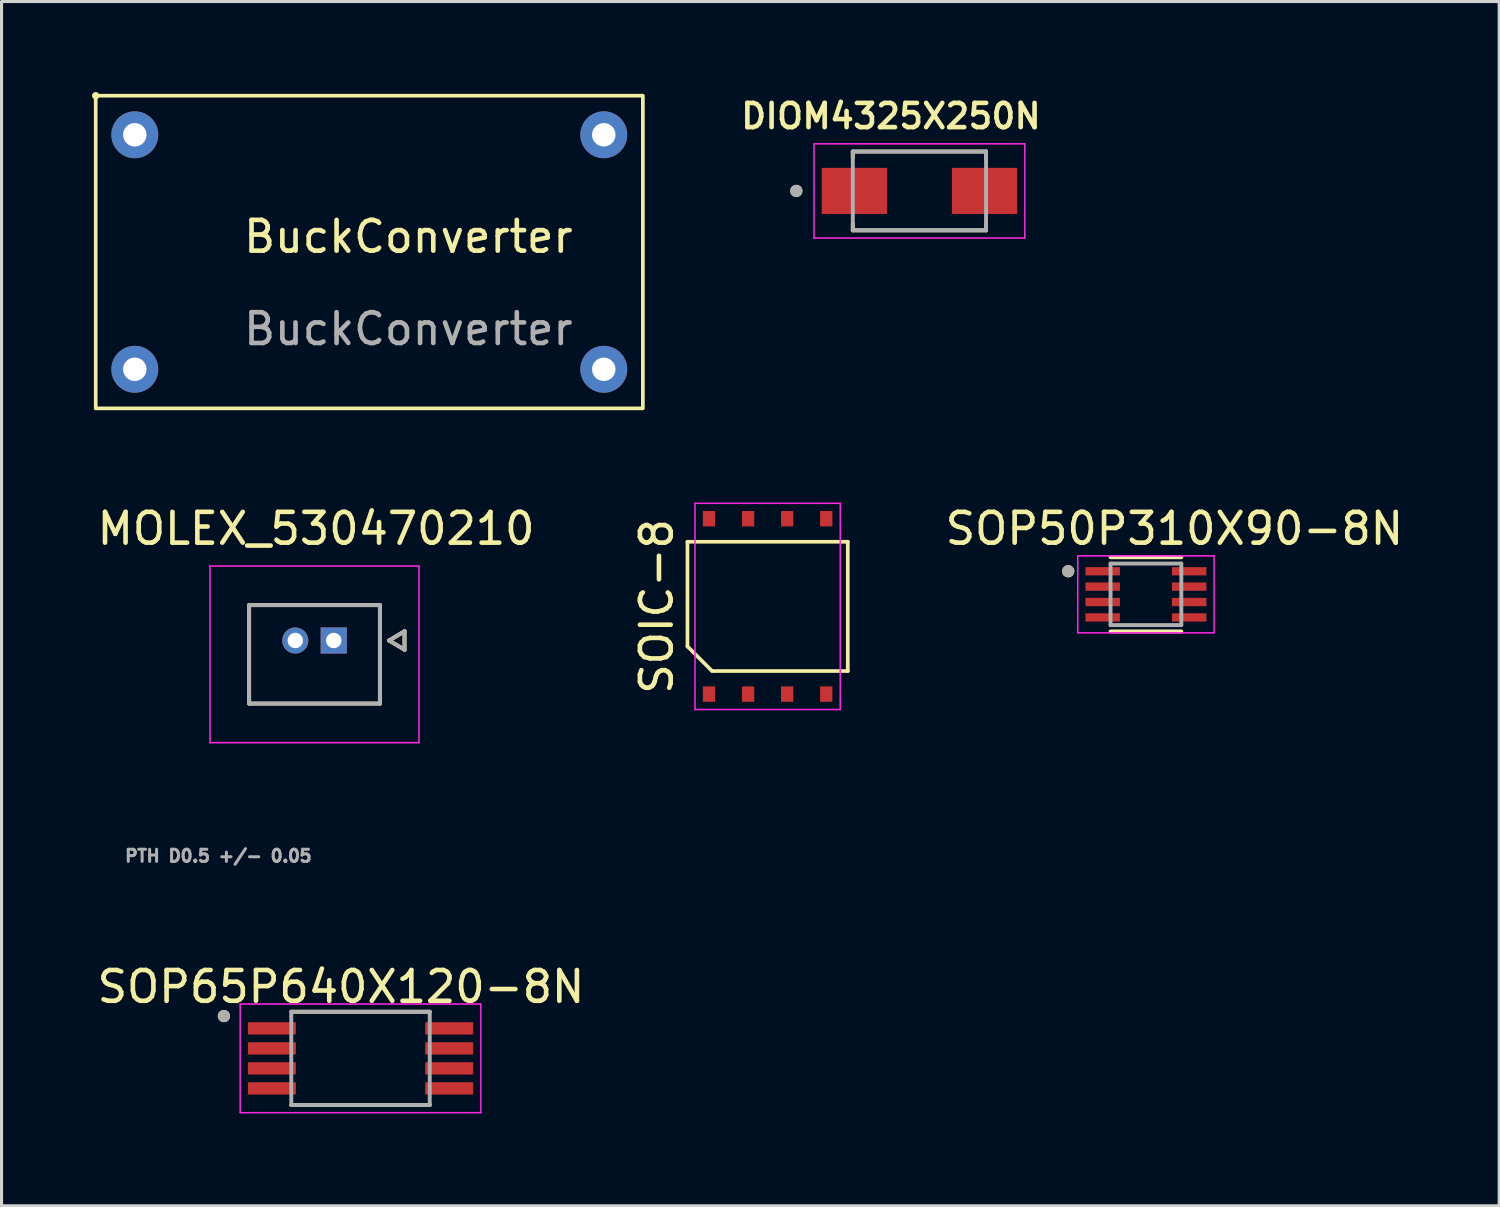
<source format=kicad_pcb>
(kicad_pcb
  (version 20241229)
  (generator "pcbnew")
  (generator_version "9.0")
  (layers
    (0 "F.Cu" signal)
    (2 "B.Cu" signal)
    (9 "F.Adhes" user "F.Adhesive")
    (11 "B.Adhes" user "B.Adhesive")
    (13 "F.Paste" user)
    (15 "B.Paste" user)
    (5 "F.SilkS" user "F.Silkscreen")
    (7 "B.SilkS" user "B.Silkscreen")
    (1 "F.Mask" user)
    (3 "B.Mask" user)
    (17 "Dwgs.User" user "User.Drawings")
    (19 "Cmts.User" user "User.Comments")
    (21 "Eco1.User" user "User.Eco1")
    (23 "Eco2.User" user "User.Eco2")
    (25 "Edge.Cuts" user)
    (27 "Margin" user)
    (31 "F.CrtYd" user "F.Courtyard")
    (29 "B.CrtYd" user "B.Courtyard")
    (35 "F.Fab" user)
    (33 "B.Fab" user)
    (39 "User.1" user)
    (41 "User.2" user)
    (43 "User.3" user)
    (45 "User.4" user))
  (footprint "SOP65P640X120-8N"
    (layer "F.Cu")
    (at 8.665 31.342)
    (property "Reference" "SOP65P640X120-8N" (at -0.635 -2.327 0) (layer "F.SilkS") (effects (font (size 1 1) (thickness 0.15))))
    (attr smd)
    (fp_line (start -2.25 -1.515) (end 2.25 -1.515) (stroke (width 0.127) (type solid)) (layer "F.SilkS"))
    (fp_line (start -2.25 1.515) (end 2.25 1.515) (stroke (width 0.127) (type solid)) (layer "F.SilkS"))
    (fp_circle (center -4.44 -1.375) (end -4.34 -1.375) (stroke (width 0.2) (type solid)) (fill no) (layer "F.SilkS"))
    (fp_line (start -3.91 -1.765) (end -3.91 1.765) (stroke (width 0.05) (type solid)) (layer "F.CrtYd"))
    (fp_line (start -3.91 -1.765) (end 3.91 -1.765) (stroke (width 0.05) (type solid)) (layer "F.CrtYd"))
    (fp_line (start -3.91 1.765) (end 3.91 1.765) (stroke (width 0.05) (type solid)) (layer "F.CrtYd"))
    (fp_line (start 3.91 -1.765) (end 3.91 1.765) (stroke (width 0.05) (type solid)) (layer "F.CrtYd"))
    (fp_line (start -2.25 -1.515) (end -2.25 1.515) (stroke (width 0.127) (type solid)) (layer "F.Fab"))
    (fp_line (start -2.25 -1.515) (end 2.25 -1.515) (stroke (width 0.127) (type solid)) (layer "F.Fab"))
    (fp_line (start -2.25 1.515) (end 2.25 1.515) (stroke (width 0.127) (type solid)) (layer "F.Fab"))
    (fp_line (start 2.25 -1.515) (end 2.25 1.515) (stroke (width 0.127) (type solid)) (layer "F.Fab"))
    (fp_circle (center -4.44 -1.375) (end -4.34 -1.375) (stroke (width 0.2) (type solid)) (fill no) (layer "F.Fab"))
    (pad "1" smd roundrect (at -2.88 -0.975) (size 1.56 0.4) (layers "F.Cu" "F.Mask" "F.Paste") (roundrect_rratio 0.05))
    (pad "2" smd roundrect (at -2.88 -0.325) (size 1.56 0.4) (layers "F.Cu" "F.Mask" "F.Paste") (roundrect_rratio 0.05))
    (pad "3" smd roundrect (at -2.88 0.325) (size 1.56 0.4) (layers "F.Cu" "F.Mask" "F.Paste") (roundrect_rratio 0.05))
    (pad "4" smd roundrect (at -2.88 0.975) (size 1.56 0.4) (layers "F.Cu" "F.Mask" "F.Paste") (roundrect_rratio 0.05))
    (pad "5" smd roundrect (at 2.88 0.975) (size 1.56 0.4) (layers "F.Cu" "F.Mask" "F.Paste") (roundrect_rratio 0.05))
    (pad "6" smd roundrect (at 2.88 0.325) (size 1.56 0.4) (layers "F.Cu" "F.Mask" "F.Paste") (roundrect_rratio 0.05))
    (pad "7" smd roundrect (at 2.88 -0.325) (size 1.56 0.4) (layers "F.Cu" "F.Mask" "F.Paste") (roundrect_rratio 0.05))
    (pad "8" smd roundrect (at 2.88 -0.975) (size 1.56 0.4) (layers "F.Cu" "F.Mask" "F.Paste") (roundrect_rratio 0.05)))
  (footprint "SOP50P310X90-8N"
    (layer "F.Cu")
    (at 34.187 16.263)
    (property "Reference" "SOP50P310X90-8N" (at 0.925 -2.135 0) (layer "F.SilkS") (effects (font (size 1 1) (thickness 0.15))))
    (attr smd)
    (fp_line (start -1.15 -1.205) (end 1.15 -1.205) (stroke (width 0.127) (type solid)) (layer "F.SilkS"))
    (fp_line (start -1.15 1.205) (end 1.15 1.205) (stroke (width 0.127) (type solid)) (layer "F.SilkS"))
    (fp_circle (center -2.525 -0.75) (end -2.425 -0.75) (stroke (width 0.2) (type solid)) (fill no) (layer "F.SilkS"))
    (fp_line (start -2.215 -1.25) (end -2.215 1.25) (stroke (width 0.05) (type solid)) (layer "F.CrtYd"))
    (fp_line (start -2.215 -1.25) (end 2.215 -1.25) (stroke (width 0.05) (type solid)) (layer "F.CrtYd"))
    (fp_line (start -2.215 1.25) (end 2.215 1.25) (stroke (width 0.05) (type solid)) (layer "F.CrtYd"))
    (fp_line (start 2.215 -1.25) (end 2.215 1.25) (stroke (width 0.05) (type solid)) (layer "F.CrtYd"))
    (fp_line (start -1.15 -1) (end -1.15 1) (stroke (width 0.127) (type solid)) (layer "F.Fab"))
    (fp_line (start -1.15 -1) (end 1.15 -1) (stroke (width 0.127) (type solid)) (layer "F.Fab"))
    (fp_line (start -1.15 1) (end 1.15 1) (stroke (width 0.127) (type solid)) (layer "F.Fab"))
    (fp_line (start 1.15 -1) (end 1.15 1) (stroke (width 0.127) (type solid)) (layer "F.Fab"))
    (fp_circle (center -2.525 -0.75) (end -2.425 -0.75) (stroke (width 0.2) (type solid)) (fill no) (layer "F.Fab"))
    (pad "1" smd roundrect (at -1.405 -0.75) (size 1.12 0.27) (layers "F.Cu" "F.Mask" "F.Paste") (roundrect_rratio 0.03))
    (pad "2" smd roundrect (at -1.405 -0.25) (size 1.12 0.27) (layers "F.Cu" "F.Mask" "F.Paste") (roundrect_rratio 0.03))
    (pad "3" smd roundrect (at -1.405 0.25) (size 1.12 0.27) (layers "F.Cu" "F.Mask" "F.Paste") (roundrect_rratio 0.03))
    (pad "4" smd roundrect (at -1.405 0.75) (size 1.12 0.27) (layers "F.Cu" "F.Mask" "F.Paste") (roundrect_rratio 0.03))
    (pad "5" smd roundrect (at 1.405 0.75) (size 1.12 0.27) (layers "F.Cu" "F.Mask" "F.Paste") (roundrect_rratio 0.03))
    (pad "6" smd roundrect (at 1.405 0.25) (size 1.12 0.27) (layers "F.Cu" "F.Mask" "F.Paste") (roundrect_rratio 0.03))
    (pad "7" smd roundrect (at 1.405 -0.25) (size 1.12 0.27) (layers "F.Cu" "F.Mask" "F.Paste") (roundrect_rratio 0.03))
    (pad "8" smd roundrect (at 1.405 -0.75) (size 1.12 0.27) (layers "F.Cu" "F.Mask" "F.Paste") (roundrect_rratio 0.03)))
  (footprint "SOIC-8"
    (layer "F.Cu")
    (at 21.894 16.655)
    (property "Reference" "SOIC-8" (at -3.605 0 90) (layer "F.SilkS") (effects (font (size 1 1) (thickness 0.15))))
    (attr through_hole)
    (fp_line (start -2.605 -2.1) (end 2.605 -2.1) (stroke (width 0.12) (type solid)) (layer "F.SilkS"))
    (fp_line (start -2.605 1.3) (end -2.605 -2.1) (stroke (width 0.12) (type solid)) (layer "F.SilkS"))
    (fp_line (start -1.805 2.1) (end -2.605 1.3) (stroke (width 0.12) (type solid)) (layer "F.SilkS"))
    (fp_line (start 2.605 -2.1) (end 2.605 2.1) (stroke (width 0.12) (type solid)) (layer "F.SilkS"))
    (fp_line (start 2.605 2.1) (end -1.805 2.1) (stroke (width 0.12) (type solid)) (layer "F.SilkS"))
    (fp_line (start -2.36 -3.35) (end 2.36 -3.35) (stroke (width 0.05) (type solid)) (layer "F.CrtYd"))
    (fp_line (start -2.36 3.35) (end -2.36 -3.35) (stroke (width 0.05) (type solid)) (layer "F.CrtYd"))
    (fp_line (start 2.36 -3.35) (end 2.36 3.35) (stroke (width 0.05) (type solid)) (layer "F.CrtYd"))
    (fp_line (start 2.36 3.35) (end -2.36 3.35) (stroke (width 0.05) (type solid)) (layer "F.CrtYd"))
    (pad "1" smd rect (at -1.905 2.85) (size 0.4 0.5) (layers "F.Cu" "F.Mask" "F.Paste"))
    (pad "2" smd rect (at -0.635 2.85) (size 0.4 0.5) (layers "F.Cu" "F.Mask" "F.Paste"))
    (pad "3" smd rect (at 0.635 2.85) (size 0.4 0.5) (layers "F.Cu" "F.Mask" "F.Paste"))
    (pad "4" smd rect (at 1.905 2.85) (size 0.4 0.5) (layers "F.Cu" "F.Mask" "F.Paste"))
    (pad "5" smd rect (at 1.905 -2.85) (size 0.4 0.5) (layers "F.Cu" "F.Mask" "F.Paste"))
    (pad "6" smd rect (at 0.635 -2.85) (size 0.4 0.5) (layers "F.Cu" "F.Mask" "F.Paste"))
    (pad "7" smd rect (at -0.635 -2.85) (size 0.4 0.5) (layers "F.Cu" "F.Mask" "F.Paste"))
    (pad "8" smd rect (at -1.905 -2.85) (size 0.4 0.5) (layers "F.Cu" "F.Mask" "F.Paste")))
  (footprint "DIOM4325X250N"
    (layer "F.Cu")
    (at 26.827 3.154)
    (property "Reference" "DIOM4325X250N" (at -0.925 -2.43 0) (layer "F.SilkS") (effects (font (size 0.787 0.787) (thickness 0.15))))
    (attr through_hole)
    (fp_line (start -2.165 -1.28) (end -2.165 -1.07) (stroke (width 0.127) (type solid)) (layer "F.SilkS"))
    (fp_line (start -2.165 1.28) (end -2.165 1.07) (stroke (width 0.127) (type solid)) (layer "F.SilkS"))
    (fp_line (start -2.165 1.28) (end 2.165 1.28) (stroke (width 0.127) (type solid)) (layer "F.SilkS"))
    (fp_line (start 2.165 -1.28) (end -2.165 -1.28) (stroke (width 0.127) (type solid)) (layer "F.SilkS"))
    (fp_line (start 2.165 -1.07) (end 2.165 -1.28) (stroke (width 0.127) (type solid)) (layer "F.SilkS"))
    (fp_line (start 2.165 1.28) (end 2.165 1.07) (stroke (width 0.127) (type solid)) (layer "F.SilkS"))
    (fp_circle (center -4 0) (end -3.9 0) (stroke (width 0.2) (type solid)) (fill no) (layer "F.SilkS"))
    (fp_line (start -3.425 -1.53) (end -3.425 1.53) (stroke (width 0.05) (type solid)) (layer "F.CrtYd"))
    (fp_line (start -3.425 1.53) (end 3.425 1.53) (stroke (width 0.05) (type solid)) (layer "F.CrtYd"))
    (fp_line (start 3.425 -1.53) (end -3.425 -1.53) (stroke (width 0.05) (type solid)) (layer "F.CrtYd"))
    (fp_line (start 3.425 1.53) (end 3.425 -1.53) (stroke (width 0.05) (type solid)) (layer "F.CrtYd"))
    (fp_line (start -2.165 -1.28) (end -2.165 1.28) (stroke (width 0.127) (type solid)) (layer "F.Fab"))
    (fp_line (start -2.165 1.28) (end 2.165 1.28) (stroke (width 0.127) (type solid)) (layer "F.Fab"))
    (fp_line (start 2.165 -1.28) (end -2.165 -1.28) (stroke (width 0.127) (type solid)) (layer "F.Fab"))
    (fp_line (start 2.165 1.28) (end 2.165 -1.28) (stroke (width 0.127) (type solid)) (layer "F.Fab"))
    (fp_circle (center -4 0) (end -3.9 0) (stroke (width 0.2) (type solid)) (fill no) (layer "F.Fab"))
    (pad "A" smd rect (at 2.115 0) (size 2.12 1.5) (layers "F.Cu" "F.Mask" "F.Paste"))
    (pad "C" smd rect (at -2.115 0) (size 2.12 1.5) (layers "F.Cu" "F.Mask" "F.Paste")))
  (footprint "BuckConverter"
    (layer "F.Cu")
    (at 10.22 5.14)
    (property "Reference" "BuckConverter" (at 0 -0.5 0) (unlocked yes) (layer "F.SilkS") (effects (font (size 1 1) (thickness 0.15))))
    (attr through_hole)
    (fp_rect (start -10.16 -5.08) (end 7.62 5.08) (stroke (width 0.12) (type solid)) (fill no) (layer "F.SilkS"))
    (fp_circle (center -10.16 -5.08) (end -10.16 -5.08) (stroke (width 0.12) (type solid)) (fill no) (layer "F.SilkS"))
    (fp_text user "${REFERENCE}" (at 0 2.5 0) (unlocked yes) (layer "F.Fab") (effects (font (size 1 1) (thickness 0.15))))
    (pad "1" thru_hole circle (at 6.35 -3.81) (size 1.524 1.524) (drill 0.762) (layers "*.Cu" "*.Mask"))
    (pad "2" thru_hole circle (at 6.35 3.81) (size 1.524 1.524) (drill 0.762) (layers "*.Cu" "*.Mask"))
    (pad "3" thru_hole circle (at -8.89 -3.81) (size 1.524 1.524) (drill 0.762) (layers "*.Cu" "*.Mask"))
    (pad "4" thru_hole circle (at -8.89 3.81) (size 1.524 1.524) (drill 0.762) (layers "*.Cu" "*.Mask")))
  (footprint "MOLEX_530470210"
    (layer "F.Cu")
    (at 7.795 17.763)
    (property "Reference" "MOLEX_530470210" (at -0.575 -3.635 0) (layer "F.SilkS") (effects (font (size 1 1) (thickness 0.15))))
    (attr through_hole)
    (fp_circle (center -1.25 0) (end -0.999 0) (stroke (width 0.501) (type solid)) (fill no) (layer "F.Mask"))
    (fp_poly (pts (xy -0.501 -0.501) (xy 0.501 -0.501) (xy 0.501 0.501) (xy -0.501 0.501)) (stroke (width 0.01) (type solid)) (fill yes) (layer "F.Mask"))
    (fp_circle (center -1.25 0) (end -0.999 0) (stroke (width 0.501) (type solid)) (fill no) (layer "B.Mask"))
    (fp_poly (pts (xy -0.501 -0.501) (xy 0.501 -0.501) (xy 0.501 0.501) (xy -0.501 0.501)) (stroke (width 0.01) (type solid)) (fill yes) (layer "B.Mask"))
    (fp_line (start -2.75 -1.15) (end 1.5 -1.15) (stroke (width 0.127) (type solid)) (layer "F.SilkS"))
    (fp_line (start -2.75 2.05) (end -2.75 -1.15) (stroke (width 0.127) (type solid)) (layer "F.SilkS"))
    (fp_line (start 1.5 -1.15) (end 1.5 2.05) (stroke (width 0.127) (type solid)) (layer "F.SilkS"))
    (fp_line (start 1.5 2.05) (end -2.75 2.05) (stroke (width 0.127) (type solid)) (layer "F.SilkS"))
    (fp_line (start 1.8 0) (end 2.3 -0.3) (stroke (width 0.127) (type solid)) (layer "F.SilkS"))
    (fp_line (start 2.3 -0.3) (end 2.3 0.3) (stroke (width 0.127) (type solid)) (layer "F.SilkS"))
    (fp_line (start 2.3 0.3) (end 1.8 0) (stroke (width 0.127) (type solid)) (layer "F.SilkS"))
    (fp_line (start -4.02 -2.42) (end 2.77 -2.42) (stroke (width 0.05) (type solid)) (layer "F.CrtYd"))
    (fp_line (start -4.02 3.32) (end -4.02 -2.42) (stroke (width 0.05) (type solid)) (layer "F.CrtYd"))
    (fp_line (start 2.77 -2.42) (end 2.77 3.32) (stroke (width 0.05) (type solid)) (layer "F.CrtYd"))
    (fp_line (start 2.77 3.32) (end -4.02 3.32) (stroke (width 0.05) (type solid)) (layer "F.CrtYd"))
    (fp_line (start -2.75 -1.15) (end 1.5 -1.15) (stroke (width 0.127) (type solid)) (layer "F.Fab"))
    (fp_line (start -2.75 2.05) (end -2.75 -1.15) (stroke (width 0.127) (type solid)) (layer "F.Fab"))
    (fp_line (start 1.5 -1.15) (end 1.5 2.05) (stroke (width 0.127) (type solid)) (layer "F.Fab"))
    (fp_line (start 1.5 2.05) (end -2.75 2.05) (stroke (width 0.127) (type solid)) (layer "F.Fab"))
    (fp_line (start 1.8 0) (end 2.3 -0.3) (stroke (width 0.127) (type solid)) (layer "F.Fab"))
    (fp_line (start 2.3 -0.3) (end 2.3 0.3) (stroke (width 0.127) (type solid)) (layer "F.Fab"))
    (fp_line (start 2.3 0.3) (end 1.8 0) (stroke (width 0.127) (type solid)) (layer "F.Fab"))
    (fp_text user "PTH D0.5 +/- 0.05" (at -3.75 7 0) (layer "F.Fab") (effects (font (size 0.394 0.394) (thickness 0.15))))
    (pad "1" thru_hole rect (at 0 0) (size 0.85 0.85) (drill 0.5) (layers "*.Cu"))
    (pad "2" thru_hole circle (at -1.25 0) (size 0.85 0.85) (drill 0.5) (layers "*.Cu")))
  (gr_rect
    (start -3 -3)
    (end 45.666 36.132)
    (stroke (width 0.1) (type default))
    (fill no)
    (layer "Edge.Cuts")))
</source>
